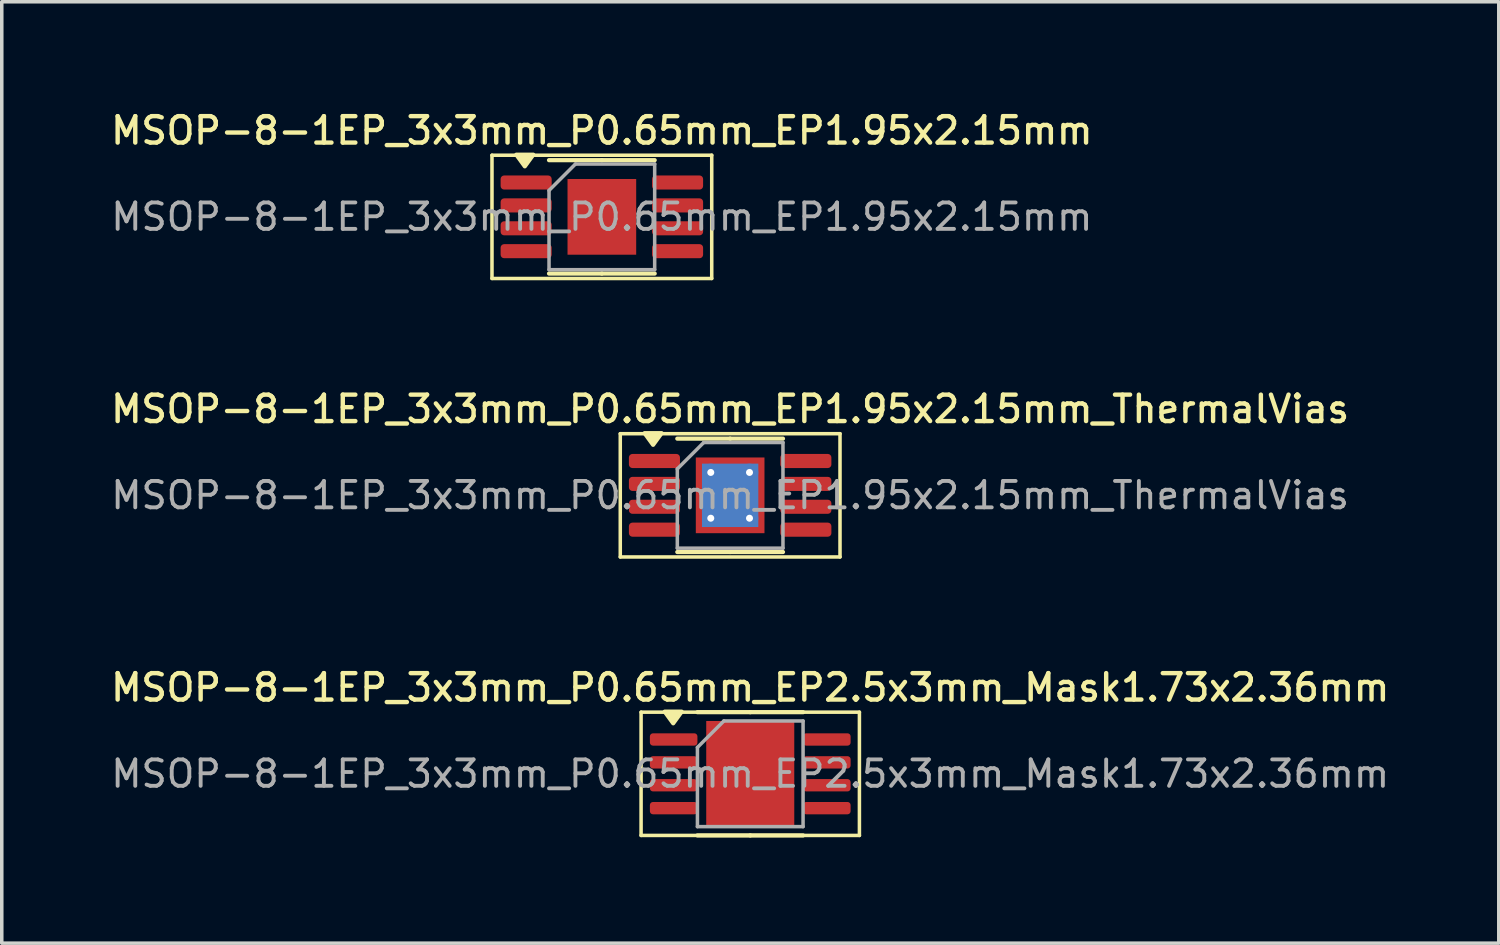
<source format=kicad_pcb>
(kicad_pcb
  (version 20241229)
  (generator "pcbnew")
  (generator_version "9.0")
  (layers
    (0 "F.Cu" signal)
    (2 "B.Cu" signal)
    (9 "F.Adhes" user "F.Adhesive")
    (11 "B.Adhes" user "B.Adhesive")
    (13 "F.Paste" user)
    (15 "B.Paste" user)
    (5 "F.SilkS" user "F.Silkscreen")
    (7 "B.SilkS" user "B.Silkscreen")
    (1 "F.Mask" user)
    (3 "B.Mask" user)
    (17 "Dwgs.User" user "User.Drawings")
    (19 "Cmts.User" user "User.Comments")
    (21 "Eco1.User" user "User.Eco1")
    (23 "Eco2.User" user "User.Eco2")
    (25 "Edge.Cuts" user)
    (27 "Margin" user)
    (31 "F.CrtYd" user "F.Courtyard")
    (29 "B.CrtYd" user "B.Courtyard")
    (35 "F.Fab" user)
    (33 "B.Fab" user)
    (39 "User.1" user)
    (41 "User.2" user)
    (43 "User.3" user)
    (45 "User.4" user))
  (footprint "MSOP-8-1EP_3x3mm_P0.65mm_EP1.95x2.15mm"
    (layer "F.Cu")
    (at 14.041 3.108)
    (property "Reference" "MSOP-8-1EP_3x3mm_P0.65mm_EP1.95x2.15mm" (at 0 -2.45 0) (layer "F.SilkS") (effects (font (size 0.75 0.75) (thickness 0.125))))
    (attr smd)
    (fp_line (start -3.12 -1.75) (end -3.12 1.75) (stroke (width 0.1) (type solid)) (layer "F.SilkS"))
    (fp_line (start -3.12 1.75) (end 3.12 1.75) (stroke (width 0.1) (type solid)) (layer "F.SilkS"))
    (fp_line (start 0 -1.61) (end -1.5 -1.61) (stroke (width 0.12) (type solid)) (layer "F.SilkS"))
    (fp_line (start 0 -1.61) (end 1.5 -1.61) (stroke (width 0.12) (type solid)) (layer "F.SilkS"))
    (fp_line (start 0 1.61) (end -1.5 1.61) (stroke (width 0.12) (type solid)) (layer "F.SilkS"))
    (fp_line (start 0 1.61) (end 1.5 1.61) (stroke (width 0.12) (type solid)) (layer "F.SilkS"))
    (fp_line (start 3.12 -1.75) (end -3.12 -1.75) (stroke (width 0.1) (type solid)) (layer "F.SilkS"))
    (fp_line (start 3.12 1.75) (end 3.12 -1.75) (stroke (width 0.1) (type solid)) (layer "F.SilkS"))
    (fp_poly (pts (xy -2.188 -1.435) (xy -2.428 -1.765) (xy -1.948 -1.765) (xy -2.188 -1.435)) (stroke (width 0.12) (type solid)) (fill yes) (layer "F.SilkS"))
    (fp_line (start -1.5 -0.75) (end -0.75 -1.5) (stroke (width 0.1) (type solid)) (layer "F.Fab"))
    (fp_line (start -1.5 1.5) (end -1.5 -0.75) (stroke (width 0.1) (type solid)) (layer "F.Fab"))
    (fp_line (start -0.75 -1.5) (end 1.5 -1.5) (stroke (width 0.1) (type solid)) (layer "F.Fab"))
    (fp_line (start 1.5 -1.5) (end 1.5 1.5) (stroke (width 0.1) (type solid)) (layer "F.Fab"))
    (fp_line (start 1.5 1.5) (end -1.5 1.5) (stroke (width 0.1) (type solid)) (layer "F.Fab"))
    (fp_text user "${REFERENCE}" (at 0 0 0) (layer "F.Fab") (effects (font (size 0.75 0.75) (thickness 0.11))))
    (pad "" smd roundrect (at -0.49 -0.54) (size 0.79 0.87) (layers "F.Paste") (roundrect_rratio 0.25))
    (pad "" smd roundrect (at -0.49 0.54) (size 0.79 0.87) (layers "F.Paste") (roundrect_rratio 0.25))
    (pad "" smd roundrect (at 0.49 -0.54) (size 0.79 0.87) (layers "F.Paste") (roundrect_rratio 0.25))
    (pad "" smd roundrect (at 0.49 0.54) (size 0.79 0.87) (layers "F.Paste") (roundrect_rratio 0.25))
    (pad "1" smd roundrect (at -2.15 -0.975) (size 1.45 0.4) (layers "F.Cu" "F.Mask" "F.Paste") (roundrect_rratio 0.25))
    (pad "2" smd roundrect (at -2.15 -0.325) (size 1.45 0.4) (layers "F.Cu" "F.Mask" "F.Paste") (roundrect_rratio 0.25))
    (pad "3" smd roundrect (at -2.15 0.325) (size 1.45 0.4) (layers "F.Cu" "F.Mask" "F.Paste") (roundrect_rratio 0.25))
    (pad "4" smd roundrect (at -2.15 0.975) (size 1.45 0.4) (layers "F.Cu" "F.Mask" "F.Paste") (roundrect_rratio 0.25))
    (pad "5" smd roundrect (at 2.15 0.975) (size 1.45 0.4) (layers "F.Cu" "F.Mask" "F.Paste") (roundrect_rratio 0.25))
    (pad "6" smd roundrect (at 2.15 0.325) (size 1.45 0.4) (layers "F.Cu" "F.Mask" "F.Paste") (roundrect_rratio 0.25))
    (pad "7" smd roundrect (at 2.15 -0.325) (size 1.45 0.4) (layers "F.Cu" "F.Mask" "F.Paste") (roundrect_rratio 0.25))
    (pad "8" smd roundrect (at 2.15 -0.975) (size 1.45 0.4) (layers "F.Cu" "F.Mask" "F.Paste") (roundrect_rratio 0.25))
    (pad "9" smd rect (at 0 0) (size 1.95 2.15) (property pad_prop_heatsink) (layers "F.Cu" "F.Mask")))
  (footprint "MSOP-8-1EP_3x3mm_P0.65mm_EP2.5x3mm_Mask1.73x2.36mm"
    (layer "F.Cu")
    (at 18.255 18.924)
    (property "Reference" "MSOP-8-1EP_3x3mm_P0.65mm_EP2.5x3mm_Mask1.73x2.36mm" (at 0 -2.45 0) (layer "F.SilkS") (effects (font (size 0.75 0.75) (thickness 0.125))))
    (attr smd)
    (fp_line (start -3.1 -1.75) (end -3.1 1.75) (stroke (width 0.1) (type solid)) (layer "F.SilkS"))
    (fp_line (start -3.1 1.75) (end 3.1 1.75) (stroke (width 0.1) (type solid)) (layer "F.SilkS"))
    (fp_line (start 0 -1.75) (end -1.5 -1.75) (stroke (width 0.12) (type solid)) (layer "F.SilkS"))
    (fp_line (start 0 -1.75) (end 1.5 -1.75) (stroke (width 0.12) (type solid)) (layer "F.SilkS"))
    (fp_line (start 0 1.75) (end -1.5 1.75) (stroke (width 0.12) (type solid)) (layer "F.SilkS"))
    (fp_line (start 0 1.75) (end 1.5 1.75) (stroke (width 0.12) (type solid)) (layer "F.SilkS"))
    (fp_line (start 3.1 -1.75) (end -3.1 -1.75) (stroke (width 0.1) (type solid)) (layer "F.SilkS"))
    (fp_line (start 3.1 1.75) (end 3.1 -1.75) (stroke (width 0.1) (type solid)) (layer "F.SilkS"))
    (fp_poly (pts (xy -2.188 -1.435) (xy -2.428 -1.765) (xy -1.948 -1.765) (xy -2.188 -1.435)) (stroke (width 0.12) (type solid)) (fill yes) (layer "F.SilkS"))
    (fp_line (start -1.5 -0.75) (end -0.75 -1.5) (stroke (width 0.1) (type solid)) (layer "F.Fab"))
    (fp_line (start -1.5 1.5) (end -1.5 -0.75) (stroke (width 0.1) (type solid)) (layer "F.Fab"))
    (fp_line (start -0.75 -1.5) (end 1.5 -1.5) (stroke (width 0.1) (type solid)) (layer "F.Fab"))
    (fp_line (start 1.5 -1.5) (end 1.5 1.5) (stroke (width 0.1) (type solid)) (layer "F.Fab"))
    (fp_line (start 1.5 1.5) (end -1.5 1.5) (stroke (width 0.1) (type solid)) (layer "F.Fab"))
    (fp_text user "${REFERENCE}" (at 0 0 0) (layer "F.Fab") (effects (font (size 0.75 0.75) (thickness 0.11))))
    (pad "" smd roundrect (at -0.43 -0.59) (size 0.7 0.95) (layers "F.Paste") (roundrect_rratio 0.25))
    (pad "" smd roundrect (at -0.43 0.59) (size 0.7 0.95) (layers "F.Paste") (roundrect_rratio 0.25))
    (pad "" smd rect (at 0 0) (size 1.73 2.36) (layers "F.Mask"))
    (pad "" smd roundrect (at 0.43 -0.59) (size 0.7 0.95) (layers "F.Paste") (roundrect_rratio 0.25))
    (pad "" smd roundrect (at 0.43 0.59) (size 0.7 0.95) (layers "F.Paste") (roundrect_rratio 0.25))
    (pad "1" smd roundrect (at -2.175 -0.975) (size 1.35 0.35) (layers "F.Cu" "F.Mask" "F.Paste") (roundrect_rratio 0.25))
    (pad "2" smd roundrect (at -2.175 -0.325) (size 1.35 0.35) (layers "F.Cu" "F.Mask" "F.Paste") (roundrect_rratio 0.25))
    (pad "3" smd roundrect (at -2.175 0.325) (size 1.35 0.35) (layers "F.Cu" "F.Mask" "F.Paste") (roundrect_rratio 0.25))
    (pad "4" smd roundrect (at -2.175 0.975) (size 1.35 0.35) (layers "F.Cu" "F.Mask" "F.Paste") (roundrect_rratio 0.25))
    (pad "5" smd roundrect (at 2.175 0.975) (size 1.35 0.35) (layers "F.Cu" "F.Mask" "F.Paste") (roundrect_rratio 0.25))
    (pad "6" smd roundrect (at 2.175 0.325) (size 1.35 0.35) (layers "F.Cu" "F.Mask" "F.Paste") (roundrect_rratio 0.25))
    (pad "7" smd roundrect (at 2.175 -0.325) (size 1.35 0.35) (layers "F.Cu" "F.Mask" "F.Paste") (roundrect_rratio 0.25))
    (pad "8" smd roundrect (at 2.175 -0.975) (size 1.35 0.35) (layers "F.Cu" "F.Mask" "F.Paste") (roundrect_rratio 0.25))
    (pad "9" smd rect (at 0 0) (size 2.5 3) (property pad_prop_heatsink) (layers "F.Cu")))
  (footprint "MSOP-8-1EP_3x3mm_P0.65mm_EP1.95x2.15mm_ThermalVias"
    (layer "F.Cu")
    (at 17.684 11.016)
    (property "Reference" "MSOP-8-1EP_3x3mm_P0.65mm_EP1.95x2.15mm_ThermalVias" (at 0 -2.45 0) (layer "F.SilkS") (effects (font (size 0.75 0.75) (thickness 0.125))))
    (attr smd)
    (fp_line (start -3.12 -1.75) (end -3.12 1.75) (stroke (width 0.1) (type solid)) (layer "F.SilkS"))
    (fp_line (start -3.12 1.75) (end 3.12 1.75) (stroke (width 0.1) (type solid)) (layer "F.SilkS"))
    (fp_line (start 0 -1.61) (end -1.5 -1.61) (stroke (width 0.12) (type solid)) (layer "F.SilkS"))
    (fp_line (start 0 -1.61) (end 1.5 -1.61) (stroke (width 0.12) (type solid)) (layer "F.SilkS"))
    (fp_line (start 0 1.61) (end -1.5 1.61) (stroke (width 0.12) (type solid)) (layer "F.SilkS"))
    (fp_line (start 0 1.61) (end 1.5 1.61) (stroke (width 0.12) (type solid)) (layer "F.SilkS"))
    (fp_line (start 3.12 -1.75) (end -3.12 -1.75) (stroke (width 0.1) (type solid)) (layer "F.SilkS"))
    (fp_line (start 3.12 1.75) (end 3.12 -1.75) (stroke (width 0.1) (type solid)) (layer "F.SilkS"))
    (fp_poly (pts (xy -2.188 -1.435) (xy -2.428 -1.765) (xy -1.948 -1.765) (xy -2.188 -1.435)) (stroke (width 0.12) (type solid)) (fill yes) (layer "F.SilkS"))
    (fp_line (start -1.5 -0.75) (end -0.75 -1.5) (stroke (width 0.1) (type solid)) (layer "F.Fab"))
    (fp_line (start -1.5 1.5) (end -1.5 -0.75) (stroke (width 0.1) (type solid)) (layer "F.Fab"))
    (fp_line (start -0.75 -1.5) (end 1.5 -1.5) (stroke (width 0.1) (type solid)) (layer "F.Fab"))
    (fp_line (start 1.5 -1.5) (end 1.5 1.5) (stroke (width 0.1) (type solid)) (layer "F.Fab"))
    (fp_line (start 1.5 1.5) (end -1.5 1.5) (stroke (width 0.1) (type solid)) (layer "F.Fab"))
    (fp_text user "${REFERENCE}" (at 0 0 0) (layer "F.Fab") (effects (font (size 0.75 0.75) (thickness 0.11))))
    (pad "" smd roundrect (at -0.49 -0.54) (size 0.82 0.9) (layers "F.Paste") (roundrect_rratio 0.25))
    (pad "" smd roundrect (at -0.49 0.54) (size 0.82 0.9) (layers "F.Paste") (roundrect_rratio 0.25))
    (pad "" smd roundrect (at 0.49 -0.54) (size 0.82 0.9) (layers "F.Paste") (roundrect_rratio 0.25))
    (pad "" smd roundrect (at 0.49 0.54) (size 0.82 0.9) (layers "F.Paste") (roundrect_rratio 0.25))
    (pad "1" smd roundrect (at -2.15 -0.975) (size 1.45 0.4) (layers "F.Cu" "F.Mask" "F.Paste") (roundrect_rratio 0.25))
    (pad "2" smd roundrect (at -2.15 -0.325) (size 1.45 0.4) (layers "F.Cu" "F.Mask" "F.Paste") (roundrect_rratio 0.25))
    (pad "3" smd roundrect (at -2.15 0.325) (size 1.45 0.4) (layers "F.Cu" "F.Mask" "F.Paste") (roundrect_rratio 0.25))
    (pad "4" smd roundrect (at -2.15 0.975) (size 1.45 0.4) (layers "F.Cu" "F.Mask" "F.Paste") (roundrect_rratio 0.25))
    (pad "5" smd roundrect (at 2.15 0.975) (size 1.45 0.4) (layers "F.Cu" "F.Mask" "F.Paste") (roundrect_rratio 0.25))
    (pad "6" smd roundrect (at 2.15 0.325) (size 1.45 0.4) (layers "F.Cu" "F.Mask" "F.Paste") (roundrect_rratio 0.25))
    (pad "7" smd roundrect (at 2.15 -0.325) (size 1.45 0.4) (layers "F.Cu" "F.Mask" "F.Paste") (roundrect_rratio 0.25))
    (pad "8" smd roundrect (at 2.15 -0.975) (size 1.45 0.4) (layers "F.Cu" "F.Mask" "F.Paste") (roundrect_rratio 0.25))
    (pad "9" thru_hole circle (at -0.55 -0.65) (size 0.5 0.5) (drill 0.2) (property pad_prop_heatsink) (layers "*.Cu"))
    (pad "9" thru_hole circle (at -0.55 0.65) (size 0.5 0.5) (drill 0.2) (property pad_prop_heatsink) (layers "*.Cu"))
    (pad "9" smd rect (at 0 0) (size 1.6 1.8) (property pad_prop_heatsink) (layers "B.Cu"))
    (pad "9" smd rect (at 0 0) (size 1.95 2.15) (property pad_prop_heatsink) (layers "F.Cu" "F.Mask"))
    (pad "9" thru_hole circle (at 0.55 -0.65) (size 0.5 0.5) (drill 0.2) (property pad_prop_heatsink) (layers "*.Cu"))
    (pad "9" thru_hole circle (at 0.55 0.65) (size 0.5 0.5) (drill 0.2) (property pad_prop_heatsink) (layers "*.Cu")))
  (gr_rect
    (start -3 -3)
    (end 39.511 23.734)
    (stroke (width 0.1) (type default))
    (fill no)
    (layer "Edge.Cuts")))
</source>
